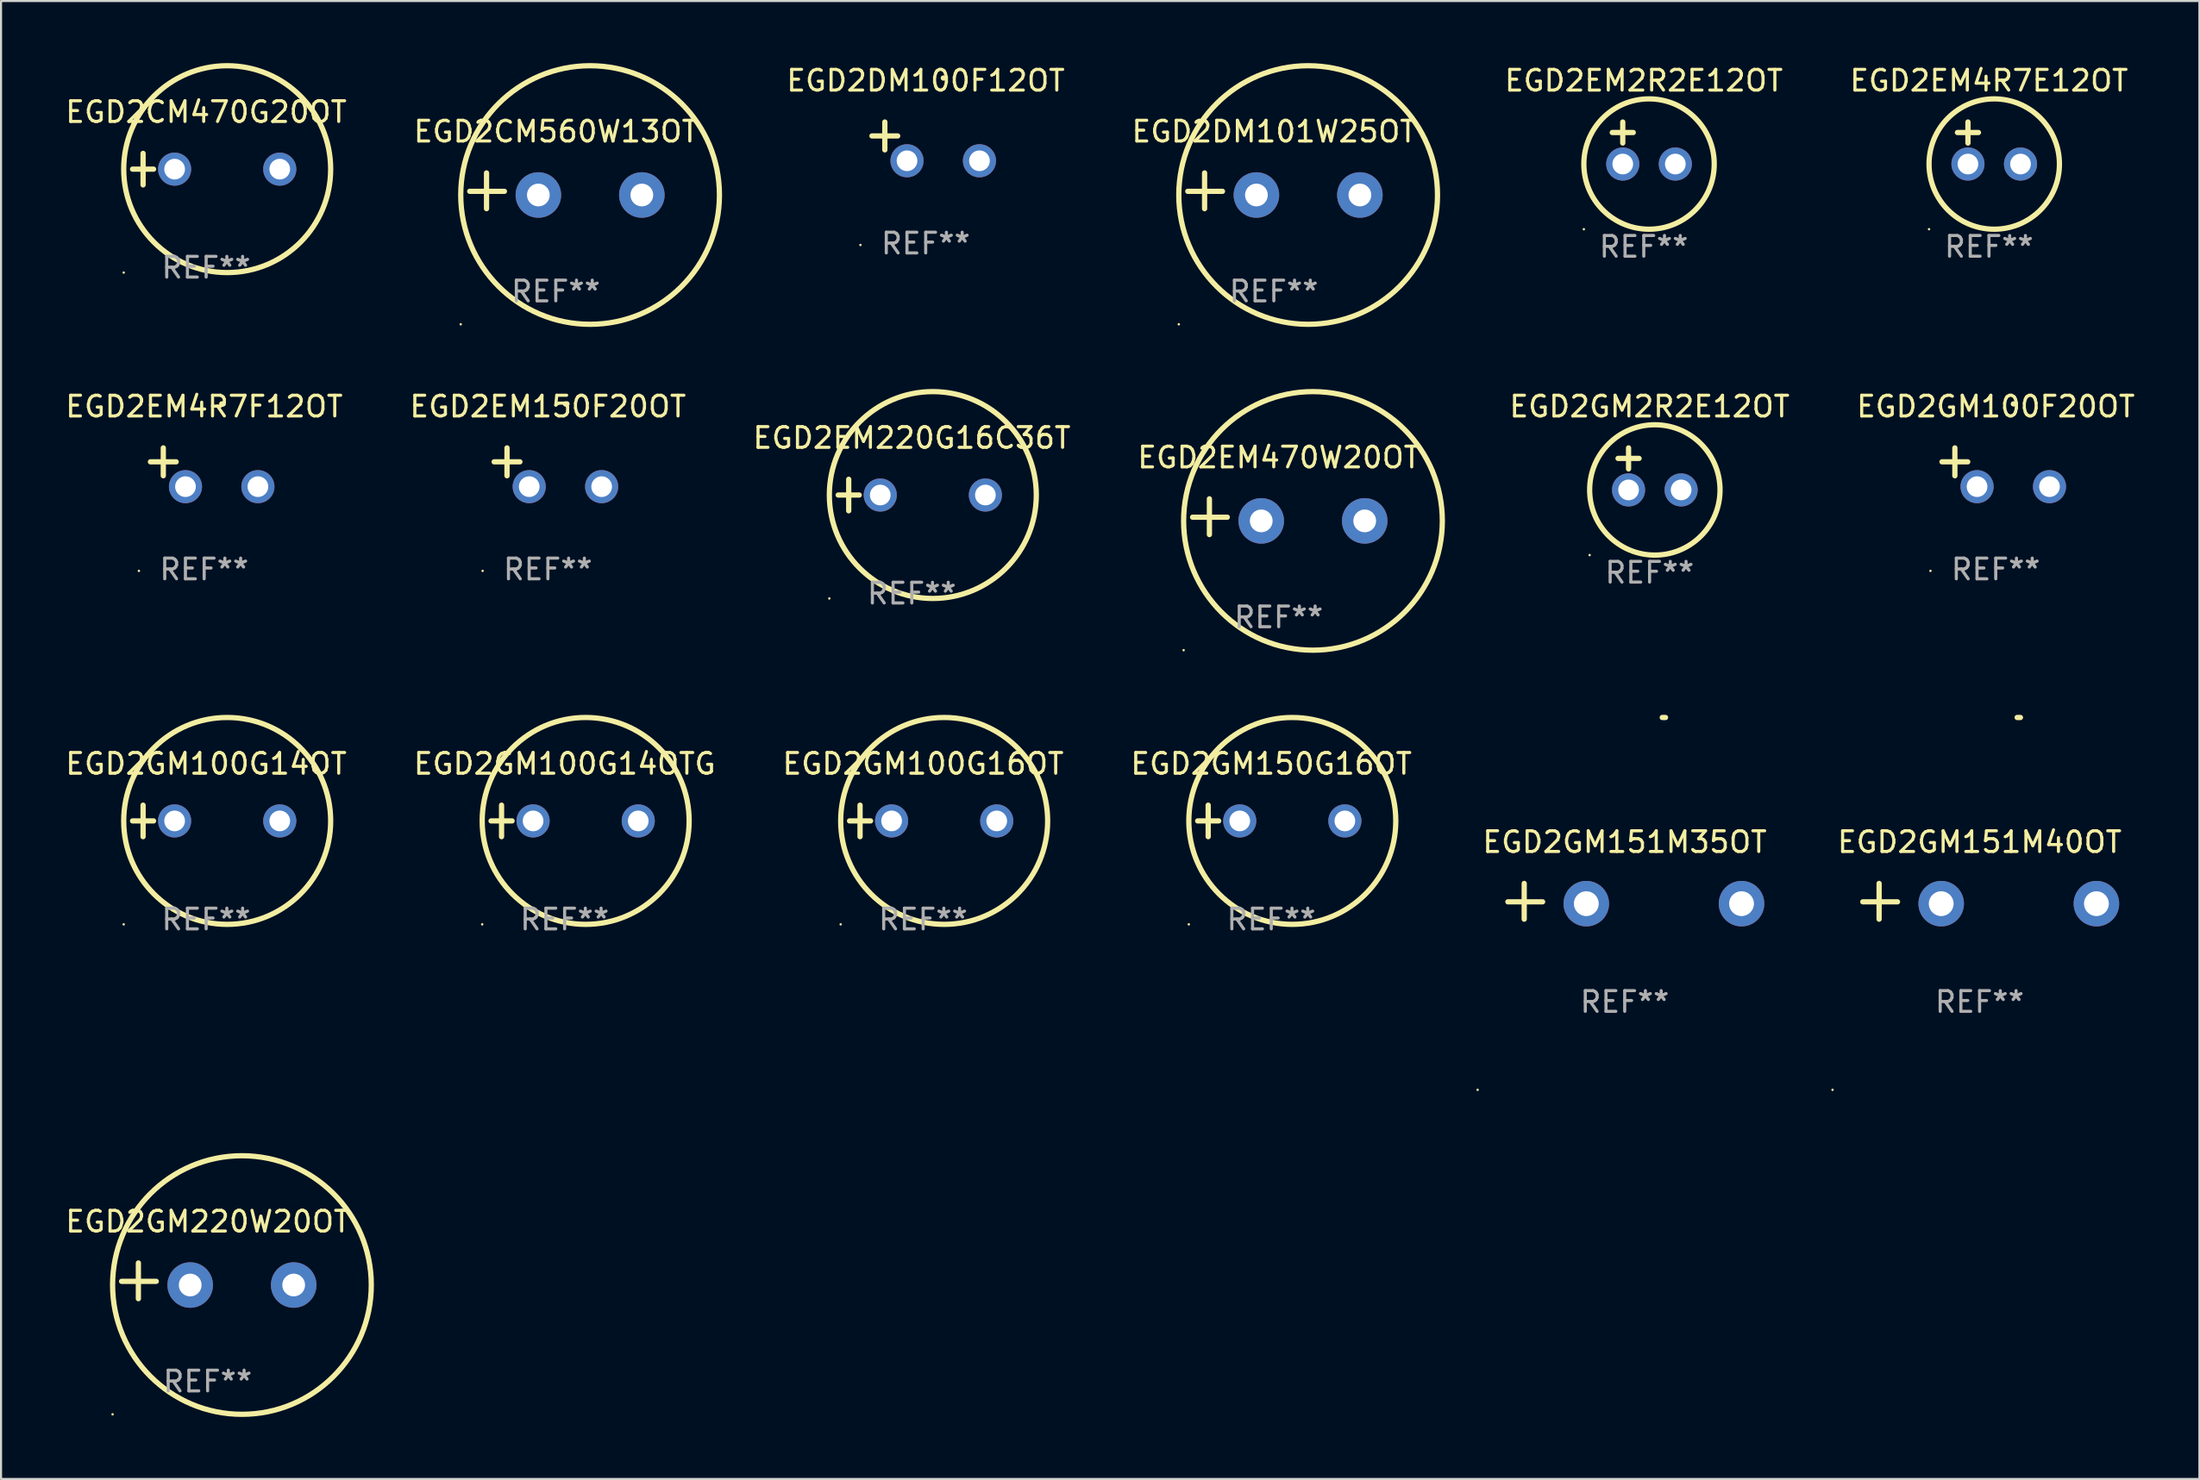
<source format=kicad_pcb>
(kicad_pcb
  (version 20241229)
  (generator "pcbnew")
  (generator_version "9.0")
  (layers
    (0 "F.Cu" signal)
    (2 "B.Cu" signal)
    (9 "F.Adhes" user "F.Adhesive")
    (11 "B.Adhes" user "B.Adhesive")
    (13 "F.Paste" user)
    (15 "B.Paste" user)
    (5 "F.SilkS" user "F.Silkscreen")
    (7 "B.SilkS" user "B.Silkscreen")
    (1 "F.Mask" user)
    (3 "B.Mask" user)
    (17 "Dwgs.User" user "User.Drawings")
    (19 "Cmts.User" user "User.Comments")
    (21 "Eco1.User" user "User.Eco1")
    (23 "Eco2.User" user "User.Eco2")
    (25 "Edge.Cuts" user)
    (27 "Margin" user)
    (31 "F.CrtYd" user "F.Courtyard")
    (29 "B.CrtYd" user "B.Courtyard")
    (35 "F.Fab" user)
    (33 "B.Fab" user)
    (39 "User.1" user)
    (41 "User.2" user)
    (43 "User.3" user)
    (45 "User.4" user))
  (footprint "EGD2DM101W25OT"
    (layer "F.Cu")
    (at 58.499 6.174)
    (property "Reference" "EGD2DM101W25OT" (at 0 -2.864 0) (layer "F.SilkS") (effects (font (size 1 1) (thickness 0.15))))
    (attr through_hole)
    (fp_line (start -3.346 0.864) (end -3.346 -0.864) (stroke (width 0.254) (type solid)) (layer "F.SilkS"))
    (fp_line (start -2.482 0.025) (end -4.158 0.025) (stroke (width 0.254) (type solid)) (layer "F.SilkS"))
    (fp_circle (center -4.592 6.453) (end -4.562 6.453) (stroke (width 0.06) (type solid)) (fill no) (layer "F.SilkS"))
    (fp_circle (center 1.658 0.203) (end 7.908 0.203) (stroke (width 0.254) (type solid)) (fill no) (layer "F.SilkS"))
    (fp_text user "REF**" (at 0 4.864 0) (layer "F.Fab") (effects (font (size 1 1) (thickness 0.15))))
    (pad "1" thru_hole circle (at -0.842 0.203) (size 2.2 2.2) (drill 1.1) (layers "*.Cu" "*.Mask"))
    (pad "2" thru_hole circle (at 4.158 0.203) (size 2.2 2.2) (drill 1.1) (layers "*.Cu" "*.Mask")))
  (footprint "EGD2CM560W13OT"
    (layer "F.Cu")
    (at 23.804 6.174)
    (property "Reference" "EGD2CM560W13OT" (at 0 -2.864 0) (layer "F.SilkS") (effects (font (size 1 1) (thickness 0.15))))
    (attr through_hole)
    (fp_line (start -3.346 0.864) (end -3.346 -0.864) (stroke (width 0.254) (type solid)) (layer "F.SilkS"))
    (fp_line (start -2.482 0.025) (end -4.158 0.025) (stroke (width 0.254) (type solid)) (layer "F.SilkS"))
    (fp_circle (center -4.592 6.453) (end -4.562 6.453) (stroke (width 0.06) (type solid)) (fill no) (layer "F.SilkS"))
    (fp_circle (center 1.658 0.203) (end 7.908 0.203) (stroke (width 0.254) (type solid)) (fill no) (layer "F.SilkS"))
    (fp_text user "REF**" (at 0 4.864 0) (layer "F.Fab") (effects (font (size 1 1) (thickness 0.15))))
    (pad "1" thru_hole circle (at -0.842 0.203) (size 2.2 2.2) (drill 1.1) (layers "*.Cu" "*.Mask"))
    (pad "2" thru_hole circle (at 4.158 0.203) (size 2.2 2.2) (drill 1.1) (layers "*.Cu" "*.Mask")))
  (footprint "EGD2GM2R2E12OT"
    (layer "F.Cu")
    (at 76.654 19.618)
    (property "Reference" "EGD2GM2R2E12OT" (at 0 -3.016 0) (layer "F.SilkS") (effects (font (size 1 1) (thickness 0.15))))
    (attr through_hole)
    (fp_line (start -1.524 -0.508) (end -0.508 -0.508) (stroke (width 0.254) (type solid)) (layer "F.SilkS"))
    (fp_line (start -1.016 -1.016) (end -1.016 0) (stroke (width 0.254) (type solid)) (layer "F.SilkS"))
    (fp_circle (center -2.896 4.166) (end -2.866 4.166) (stroke (width 0.06) (type solid)) (fill no) (layer "F.SilkS"))
    (fp_circle (center 0.254 1.016) (end 3.404 1.016) (stroke (width 0.254) (type solid)) (fill no) (layer "F.SilkS"))
    (fp_text user "REF**" (at 0 5.016 0) (layer "F.Fab") (effects (font (size 1 1) (thickness 0.15))))
    (pad "1" thru_hole circle (at -1.016 1.016) (size 1.6 1.6) (drill 1) (layers "*.Cu" "*.Mask"))
    (pad "2" thru_hole circle (at 1.524 1.016) (size 1.6 1.6) (drill 1) (layers "*.Cu" "*.Mask")))
  (footprint "EGD2GM220W20OT"
    (layer "F.Cu")
    (at 6.982 58.868)
    (property "Reference" "EGD2GM220W20OT" (at 0 -2.864 0) (layer "F.SilkS") (effects (font (size 1 1) (thickness 0.15))))
    (attr through_hole)
    (fp_line (start -3.346 0.864) (end -3.346 -0.864) (stroke (width 0.254) (type solid)) (layer "F.SilkS"))
    (fp_line (start -2.482 0.025) (end -4.158 0.025) (stroke (width 0.254) (type solid)) (layer "F.SilkS"))
    (fp_circle (center -4.592 6.453) (end -4.562 6.453) (stroke (width 0.06) (type solid)) (fill no) (layer "F.SilkS"))
    (fp_circle (center 1.658 0.203) (end 7.908 0.203) (stroke (width 0.254) (type solid)) (fill no) (layer "F.SilkS"))
    (fp_text user "REF**" (at 0 4.864 0) (layer "F.Fab") (effects (font (size 1 1) (thickness 0.15))))
    (pad "1" thru_hole circle (at -0.842 0.203) (size 2.2 2.2) (drill 1.1) (layers "*.Cu" "*.Mask"))
    (pad "2" thru_hole circle (at 4.158 0.203) (size 2.2 2.2) (drill 1.1) (layers "*.Cu" "*.Mask")))
  (footprint "EGD2GM100G16OT"
    (layer "F.Cu")
    (at 41.554 36.635)
    (property "Reference" "EGD2GM100G16OT" (at 0 -2.762 0) (layer "F.SilkS") (effects (font (size 1 1) (thickness 0.15))))
    (attr through_hole)
    (fp_line (start -3.556 0) (end -2.54 0) (stroke (width 0.254) (type solid)) (layer "F.SilkS"))
    (fp_line (start -3.048 -0.762) (end -3.048 0.762) (stroke (width 0.254) (type solid)) (layer "F.SilkS"))
    (fp_circle (center -3.984 5) (end -3.954 5) (stroke (width 0.06) (type solid)) (fill no) (layer "F.SilkS"))
    (fp_circle (center 1.016 0) (end 6.016 0) (stroke (width 0.254) (type solid)) (fill no) (layer "F.SilkS"))
    (fp_text user "REF**" (at 0 4.762 0) (layer "F.Fab") (effects (font (size 1 1) (thickness 0.15))))
    (pad "1" thru_hole circle (at -1.524 0) (size 1.6 1.6) (drill 1) (layers "*.Cu" "*.Mask"))
    (pad "2" thru_hole circle (at 3.556 0) (size 1.6 1.6) (drill 1) (layers "*.Cu" "*.Mask")))
  (footprint "EGD2EM470W20OT"
    (layer "F.Cu")
    (at 58.732 21.928)
    (property "Reference" "EGD2EM470W20OT" (at 0 -2.864 0) (layer "F.SilkS") (effects (font (size 1 1) (thickness 0.15))))
    (attr through_hole)
    (fp_line (start -3.346 0.864) (end -3.346 -0.864) (stroke (width 0.254) (type solid)) (layer "F.SilkS"))
    (fp_line (start -2.482 0.025) (end -4.158 0.025) (stroke (width 0.254) (type solid)) (layer "F.SilkS"))
    (fp_circle (center -4.592 6.453) (end -4.562 6.453) (stroke (width 0.06) (type solid)) (fill no) (layer "F.SilkS"))
    (fp_circle (center 1.658 0.203) (end 7.908 0.203) (stroke (width 0.254) (type solid)) (fill no) (layer "F.SilkS"))
    (fp_text user "REF**" (at 0 4.864 0) (layer "F.Fab") (effects (font (size 1 1) (thickness 0.15))))
    (pad "1" thru_hole circle (at -0.842 0.203) (size 2.2 2.2) (drill 1.1) (layers "*.Cu" "*.Mask"))
    (pad "2" thru_hole circle (at 4.158 0.203) (size 2.2 2.2) (drill 1.1) (layers "*.Cu" "*.Mask")))
  (footprint "EGD2GM150G16OT"
    (layer "F.Cu")
    (at 58.375 36.635)
    (property "Reference" "EGD2GM150G16OT" (at 0 -2.762 0) (layer "F.SilkS") (effects (font (size 1 1) (thickness 0.15))))
    (attr through_hole)
    (fp_line (start -3.556 0) (end -2.54 0) (stroke (width 0.254) (type solid)) (layer "F.SilkS"))
    (fp_line (start -3.048 -0.762) (end -3.048 0.762) (stroke (width 0.254) (type solid)) (layer "F.SilkS"))
    (fp_circle (center -3.984 5) (end -3.954 5) (stroke (width 0.06) (type solid)) (fill no) (layer "F.SilkS"))
    (fp_circle (center 1.016 0) (end 6.016 0) (stroke (width 0.254) (type solid)) (fill no) (layer "F.SilkS"))
    (fp_text user "REF**" (at 0 4.762 0) (layer "F.Fab") (effects (font (size 1 1) (thickness 0.15))))
    (pad "1" thru_hole circle (at -1.524 0) (size 1.6 1.6) (drill 1) (layers "*.Cu" "*.Mask"))
    (pad "2" thru_hole circle (at 3.556 0) (size 1.6 1.6) (drill 1) (layers "*.Cu" "*.Mask")))
  (footprint "EGD2EM150F20OT"
    (layer "F.Cu")
    (at 23.423 19.539)
    (property "Reference" "EGD2EM150F20OT" (at 0 -2.937 0) (layer "F.SilkS") (effects (font (size 1 1) (thickness 0.15))))
    (attr through_hole)
    (fp_line (start -1.975 0.41) (end -1.975 -0.937) (stroke (width 0.254) (type solid)) (layer "F.SilkS"))
    (fp_line (start -1.353 -0.263) (end -2.597 -0.263) (stroke (width 0.254) (type solid)) (layer "F.SilkS"))
    (fp_arc (start 0.849809 -3.063957) (mid 0.885369 -3.064114) (end 0.920929 -3.063957) (stroke (width 0.254001) (type solid)) (layer "F.SilkS"))
    (fp_circle (center -3.154 5.008) (end -3.124 5.008) (stroke (width 0.06) (type solid)) (fill no) (layer "F.SilkS"))
    (fp_text user "REF**" (at 0 4.937 0) (layer "F.Fab") (effects (font (size 1 1) (thickness 0.15))))
    (pad "1" thru_hole circle (at -0.903 0.937) (size 1.6 1.6) (drill 1) (layers "*.Cu" "*.Mask"))
    (pad "2" thru_hole circle (at 2.597 0.937) (size 1.6 1.6) (drill 1) (layers "*.Cu" "*.Mask")))
  (footprint "EGD2GM151M35OT"
    (layer "F.Cu")
    (at 75.452 40.521)
    (property "Reference" "EGD2GM151M35OT" (at 0 -2.864 0) (layer "F.SilkS") (effects (font (size 1 1) (thickness 0.15))))
    (attr through_hole)
    (fp_line (start -4.856 0.864) (end -4.856 -0.864) (stroke (width 0.254) (type solid)) (layer "F.SilkS"))
    (fp_line (start -3.967 0.025) (end -5.644 0.025) (stroke (width 0.254) (type solid)) (layer "F.SilkS"))
    (fp_arc (start 1.815024 -8.885649) (mid 1.893764 -8.88599) (end 1.972504 -8.885649) (stroke (width 0.254001) (type solid)) (layer "F.SilkS"))
    (fp_circle (center -7.106 9.114) (end -7.076 9.114) (stroke (width 0.06) (type solid)) (fill no) (layer "F.SilkS"))
    (fp_text user "REF**" (at 0 4.864 0) (layer "F.Fab") (effects (font (size 1 1) (thickness 0.15))))
    (pad "1" thru_hole circle (at -1.856 0.114) (size 2.2 2.2) (drill 1.2) (layers "*.Cu" "*.Mask"))
    (pad "2" thru_hole circle (at 5.644 0.114) (size 2.2 2.2) (drill 1.2) (layers "*.Cu" "*.Mask")))
  (footprint "EGD2GM100G14OTG"
    (layer "F.Cu")
    (at 24.232 36.635)
    (property "Reference" "EGD2GM100G14OTG" (at 0 -2.762 0) (layer "F.SilkS") (effects (font (size 1 1) (thickness 0.15))))
    (attr through_hole)
    (fp_line (start -3.556 0) (end -2.54 0) (stroke (width 0.254) (type solid)) (layer "F.SilkS"))
    (fp_line (start -3.048 -0.762) (end -3.048 0.762) (stroke (width 0.254) (type solid)) (layer "F.SilkS"))
    (fp_circle (center -3.984 5) (end -3.954 5) (stroke (width 0.06) (type solid)) (fill no) (layer "F.SilkS"))
    (fp_circle (center 1.016 0) (end 6.016 0) (stroke (width 0.254) (type solid)) (fill no) (layer "F.SilkS"))
    (fp_text user "REF**" (at 0 4.762 0) (layer "F.Fab") (effects (font (size 1 1) (thickness 0.15))))
    (pad "1" thru_hole circle (at -1.524 0) (size 1.6 1.6) (drill 1) (layers "*.Cu" "*.Mask"))
    (pad "2" thru_hole circle (at 3.556 0) (size 1.6 1.6) (drill 1) (layers "*.Cu" "*.Mask")))
  (footprint "EGD2GM100F20OT"
    (layer "F.Cu")
    (at 93.38 19.539)
    (property "Reference" "EGD2GM100F20OT" (at 0 -2.937 0) (layer "F.SilkS") (effects (font (size 1 1) (thickness 0.15))))
    (attr through_hole)
    (fp_line (start -1.975 0.41) (end -1.975 -0.937) (stroke (width 0.254) (type solid)) (layer "F.SilkS"))
    (fp_line (start -1.353 -0.263) (end -2.597 -0.263) (stroke (width 0.254) (type solid)) (layer "F.SilkS"))
    (fp_arc (start 0.849809 -3.063957) (mid 0.885369 -3.064114) (end 0.920929 -3.063957) (stroke (width 0.254001) (type solid)) (layer "F.SilkS"))
    (fp_circle (center -3.154 5.008) (end -3.124 5.008) (stroke (width 0.06) (type solid)) (fill no) (layer "F.SilkS"))
    (fp_text user "REF**" (at 0 4.937 0) (layer "F.Fab") (effects (font (size 1 1) (thickness 0.15))))
    (pad "1" thru_hole circle (at -0.903 0.937) (size 1.6 1.6) (drill 1) (layers "*.Cu" "*.Mask"))
    (pad "2" thru_hole circle (at 2.597 0.937) (size 1.6 1.6) (drill 1) (layers "*.Cu" "*.Mask")))
  (footprint "EGD2EM4R7E12OT"
    (layer "F.Cu")
    (at 93.053 3.864)
    (property "Reference" "EGD2EM4R7E12OT" (at 0 -3.016 0) (layer "F.SilkS") (effects (font (size 1 1) (thickness 0.15))))
    (attr through_hole)
    (fp_line (start -1.524 -0.508) (end -0.508 -0.508) (stroke (width 0.254) (type solid)) (layer "F.SilkS"))
    (fp_line (start -1.016 -1.016) (end -1.016 0) (stroke (width 0.254) (type solid)) (layer "F.SilkS"))
    (fp_circle (center -2.896 4.166) (end -2.866 4.166) (stroke (width 0.06) (type solid)) (fill no) (layer "F.SilkS"))
    (fp_circle (center 0.254 1.016) (end 3.404 1.016) (stroke (width 0.254) (type solid)) (fill no) (layer "F.SilkS"))
    (fp_text user "REF**" (at 0 5.016 0) (layer "F.Fab") (effects (font (size 1 1) (thickness 0.15))))
    (pad "1" thru_hole circle (at -1.016 1.016) (size 1.6 1.6) (drill 1) (layers "*.Cu" "*.Mask"))
    (pad "2" thru_hole circle (at 1.524 1.016) (size 1.6 1.6) (drill 1) (layers "*.Cu" "*.Mask")))
  (footprint "EGD2GM151M40OT"
    (layer "F.Cu")
    (at 92.6 40.521)
    (property "Reference" "EGD2GM151M40OT" (at 0 -2.864 0) (layer "F.SilkS") (effects (font (size 1 1) (thickness 0.15))))
    (attr through_hole)
    (fp_line (start -4.856 0.864) (end -4.856 -0.864) (stroke (width 0.254) (type solid)) (layer "F.SilkS"))
    (fp_line (start -3.967 0.025) (end -5.644 0.025) (stroke (width 0.254) (type solid)) (layer "F.SilkS"))
    (fp_arc (start 1.815024 -8.885649) (mid 1.893764 -8.88599) (end 1.972504 -8.885649) (stroke (width 0.254001) (type solid)) (layer "F.SilkS"))
    (fp_circle (center -7.106 9.114) (end -7.076 9.114) (stroke (width 0.06) (type solid)) (fill no) (layer "F.SilkS"))
    (fp_text user "REF**" (at 0 4.864 0) (layer "F.Fab") (effects (font (size 1 1) (thickness 0.15))))
    (pad "1" thru_hole circle (at -1.856 0.114) (size 2.2 2.2) (drill 1.2) (layers "*.Cu" "*.Mask"))
    (pad "2" thru_hole circle (at 5.644 0.114) (size 2.2 2.2) (drill 1.2) (layers "*.Cu" "*.Mask")))
  (footprint "EGD2EM220G16C36T"
    (layer "F.Cu")
    (at 41.006 20.881)
    (property "Reference" "EGD2EM220G16C36T" (at 0 -2.762 0) (layer "F.SilkS") (effects (font (size 1 1) (thickness 0.15))))
    (attr through_hole)
    (fp_line (start -3.556 0) (end -2.54 0) (stroke (width 0.254) (type solid)) (layer "F.SilkS"))
    (fp_line (start -3.048 -0.762) (end -3.048 0.762) (stroke (width 0.254) (type solid)) (layer "F.SilkS"))
    (fp_circle (center -3.984 5) (end -3.954 5) (stroke (width 0.06) (type solid)) (fill no) (layer "F.SilkS"))
    (fp_circle (center 1.016 0) (end 6.016 0) (stroke (width 0.254) (type solid)) (fill no) (layer "F.SilkS"))
    (fp_text user "REF**" (at 0 4.762 0) (layer "F.Fab") (effects (font (size 1 1) (thickness 0.15))))
    (pad "1" thru_hole circle (at -1.524 0) (size 1.6 1.6) (drill 1) (layers "*.Cu" "*.Mask"))
    (pad "2" thru_hole circle (at 3.556 0) (size 1.6 1.6) (drill 1) (layers "*.Cu" "*.Mask")))
  (footprint "EGD2EM4R7F12OT"
    (layer "F.Cu")
    (at 6.815 19.539)
    (property "Reference" "EGD2EM4R7F12OT" (at 0 -2.937 0) (layer "F.SilkS") (effects (font (size 1 1) (thickness 0.15))))
    (attr through_hole)
    (fp_line (start -1.975 0.41) (end -1.975 -0.937) (stroke (width 0.254) (type solid)) (layer "F.SilkS"))
    (fp_line (start -1.353 -0.263) (end -2.597 -0.263) (stroke (width 0.254) (type solid)) (layer "F.SilkS"))
    (fp_arc (start 0.849809 -3.063957) (mid 0.885369 -3.064114) (end 0.920929 -3.063957) (stroke (width 0.254001) (type solid)) (layer "F.SilkS"))
    (fp_circle (center -3.154 5.008) (end -3.124 5.008) (stroke (width 0.06) (type solid)) (fill no) (layer "F.SilkS"))
    (fp_text user "REF**" (at 0 4.937 0) (layer "F.Fab") (effects (font (size 1 1) (thickness 0.15))))
    (pad "1" thru_hole circle (at -0.903 0.937) (size 1.6 1.6) (drill 1) (layers "*.Cu" "*.Mask"))
    (pad "2" thru_hole circle (at 2.597 0.937) (size 1.6 1.6) (drill 1) (layers "*.Cu" "*.Mask")))
  (footprint "EGD2EM2R2E12OT"
    (layer "F.Cu")
    (at 76.374 3.864)
    (property "Reference" "EGD2EM2R2E12OT" (at 0 -3.016 0) (layer "F.SilkS") (effects (font (size 1 1) (thickness 0.15))))
    (attr through_hole)
    (fp_line (start -1.524 -0.508) (end -0.508 -0.508) (stroke (width 0.254) (type solid)) (layer "F.SilkS"))
    (fp_line (start -1.016 -1.016) (end -1.016 0) (stroke (width 0.254) (type solid)) (layer "F.SilkS"))
    (fp_circle (center -2.896 4.166) (end -2.866 4.166) (stroke (width 0.06) (type solid)) (fill no) (layer "F.SilkS"))
    (fp_circle (center 0.254 1.016) (end 3.404 1.016) (stroke (width 0.254) (type solid)) (fill no) (layer "F.SilkS"))
    (fp_text user "REF**" (at 0 5.016 0) (layer "F.Fab") (effects (font (size 1 1) (thickness 0.15))))
    (pad "1" thru_hole circle (at -1.016 1.016) (size 1.6 1.6) (drill 1) (layers "*.Cu" "*.Mask"))
    (pad "2" thru_hole circle (at 1.524 1.016) (size 1.6 1.6) (drill 1) (layers "*.Cu" "*.Mask")))
  (footprint "EGD2CM470G20OT"
    (layer "F.Cu")
    (at 6.911 5.127)
    (property "Reference" "EGD2CM470G20OT" (at 0 -2.762 0) (layer "F.SilkS") (effects (font (size 1 1) (thickness 0.15))))
    (attr through_hole)
    (fp_line (start -3.556 0) (end -2.54 0) (stroke (width 0.254) (type solid)) (layer "F.SilkS"))
    (fp_line (start -3.048 -0.762) (end -3.048 0.762) (stroke (width 0.254) (type solid)) (layer "F.SilkS"))
    (fp_circle (center -3.984 5) (end -3.954 5) (stroke (width 0.06) (type solid)) (fill no) (layer "F.SilkS"))
    (fp_circle (center 1.016 0) (end 6.016 0) (stroke (width 0.254) (type solid)) (fill no) (layer "F.SilkS"))
    (fp_text user "REF**" (at 0 4.762 0) (layer "F.Fab") (effects (font (size 1 1) (thickness 0.15))))
    (pad "1" thru_hole circle (at -1.524 0) (size 1.6 1.6) (drill 1) (layers "*.Cu" "*.Mask"))
    (pad "2" thru_hole circle (at 3.556 0) (size 1.6 1.6) (drill 1) (layers "*.Cu" "*.Mask")))
  (footprint "EGD2GM100G14OT"
    (layer "F.Cu")
    (at 6.911 36.635)
    (property "Reference" "EGD2GM100G14OT" (at 0 -2.762 0) (layer "F.SilkS") (effects (font (size 1 1) (thickness 0.15))))
    (attr through_hole)
    (fp_line (start -3.556 0) (end -2.54 0) (stroke (width 0.254) (type solid)) (layer "F.SilkS"))
    (fp_line (start -3.048 -0.762) (end -3.048 0.762) (stroke (width 0.254) (type solid)) (layer "F.SilkS"))
    (fp_circle (center -3.984 5) (end -3.954 5) (stroke (width 0.06) (type solid)) (fill no) (layer "F.SilkS"))
    (fp_circle (center 1.016 0) (end 6.016 0) (stroke (width 0.254) (type solid)) (fill no) (layer "F.SilkS"))
    (fp_text user "REF**" (at 0 4.762 0) (layer "F.Fab") (effects (font (size 1 1) (thickness 0.15))))
    (pad "1" thru_hole circle (at -1.524 0) (size 1.6 1.6) (drill 1) (layers "*.Cu" "*.Mask"))
    (pad "2" thru_hole circle (at 3.556 0) (size 1.6 1.6) (drill 1) (layers "*.Cu" "*.Mask")))
  (footprint "EGD2DM100F12OT"
    (layer "F.Cu")
    (at 41.678 3.785)
    (property "Reference" "EGD2DM100F12OT" (at 0 -2.937 0) (layer "F.SilkS") (effects (font (size 1 1) (thickness 0.15))))
    (attr through_hole)
    (fp_line (start -1.975 0.41) (end -1.975 -0.937) (stroke (width 0.254) (type solid)) (layer "F.SilkS"))
    (fp_line (start -1.353 -0.263) (end -2.597 -0.263) (stroke (width 0.254) (type solid)) (layer "F.SilkS"))
    (fp_arc (start 0.849809 -3.063957) (mid 0.885369 -3.064114) (end 0.920929 -3.063957) (stroke (width 0.254001) (type solid)) (layer "F.SilkS"))
    (fp_circle (center -3.154 5.008) (end -3.124 5.008) (stroke (width 0.06) (type solid)) (fill no) (layer "F.SilkS"))
    (fp_text user "REF**" (at 0 4.937 0) (layer "F.Fab") (effects (font (size 1 1) (thickness 0.15))))
    (pad "1" thru_hole circle (at -0.903 0.937) (size 1.6 1.6) (drill 1) (layers "*.Cu" "*.Mask"))
    (pad "2" thru_hole circle (at 2.597 0.937) (size 1.6 1.6) (drill 1) (layers "*.Cu" "*.Mask")))
  (gr_rect
    (start -3 -3)
    (end 103.22 68.448)
    (stroke (width 0.1) (type default))
    (fill no)
    (layer "Edge.Cuts")))
</source>
